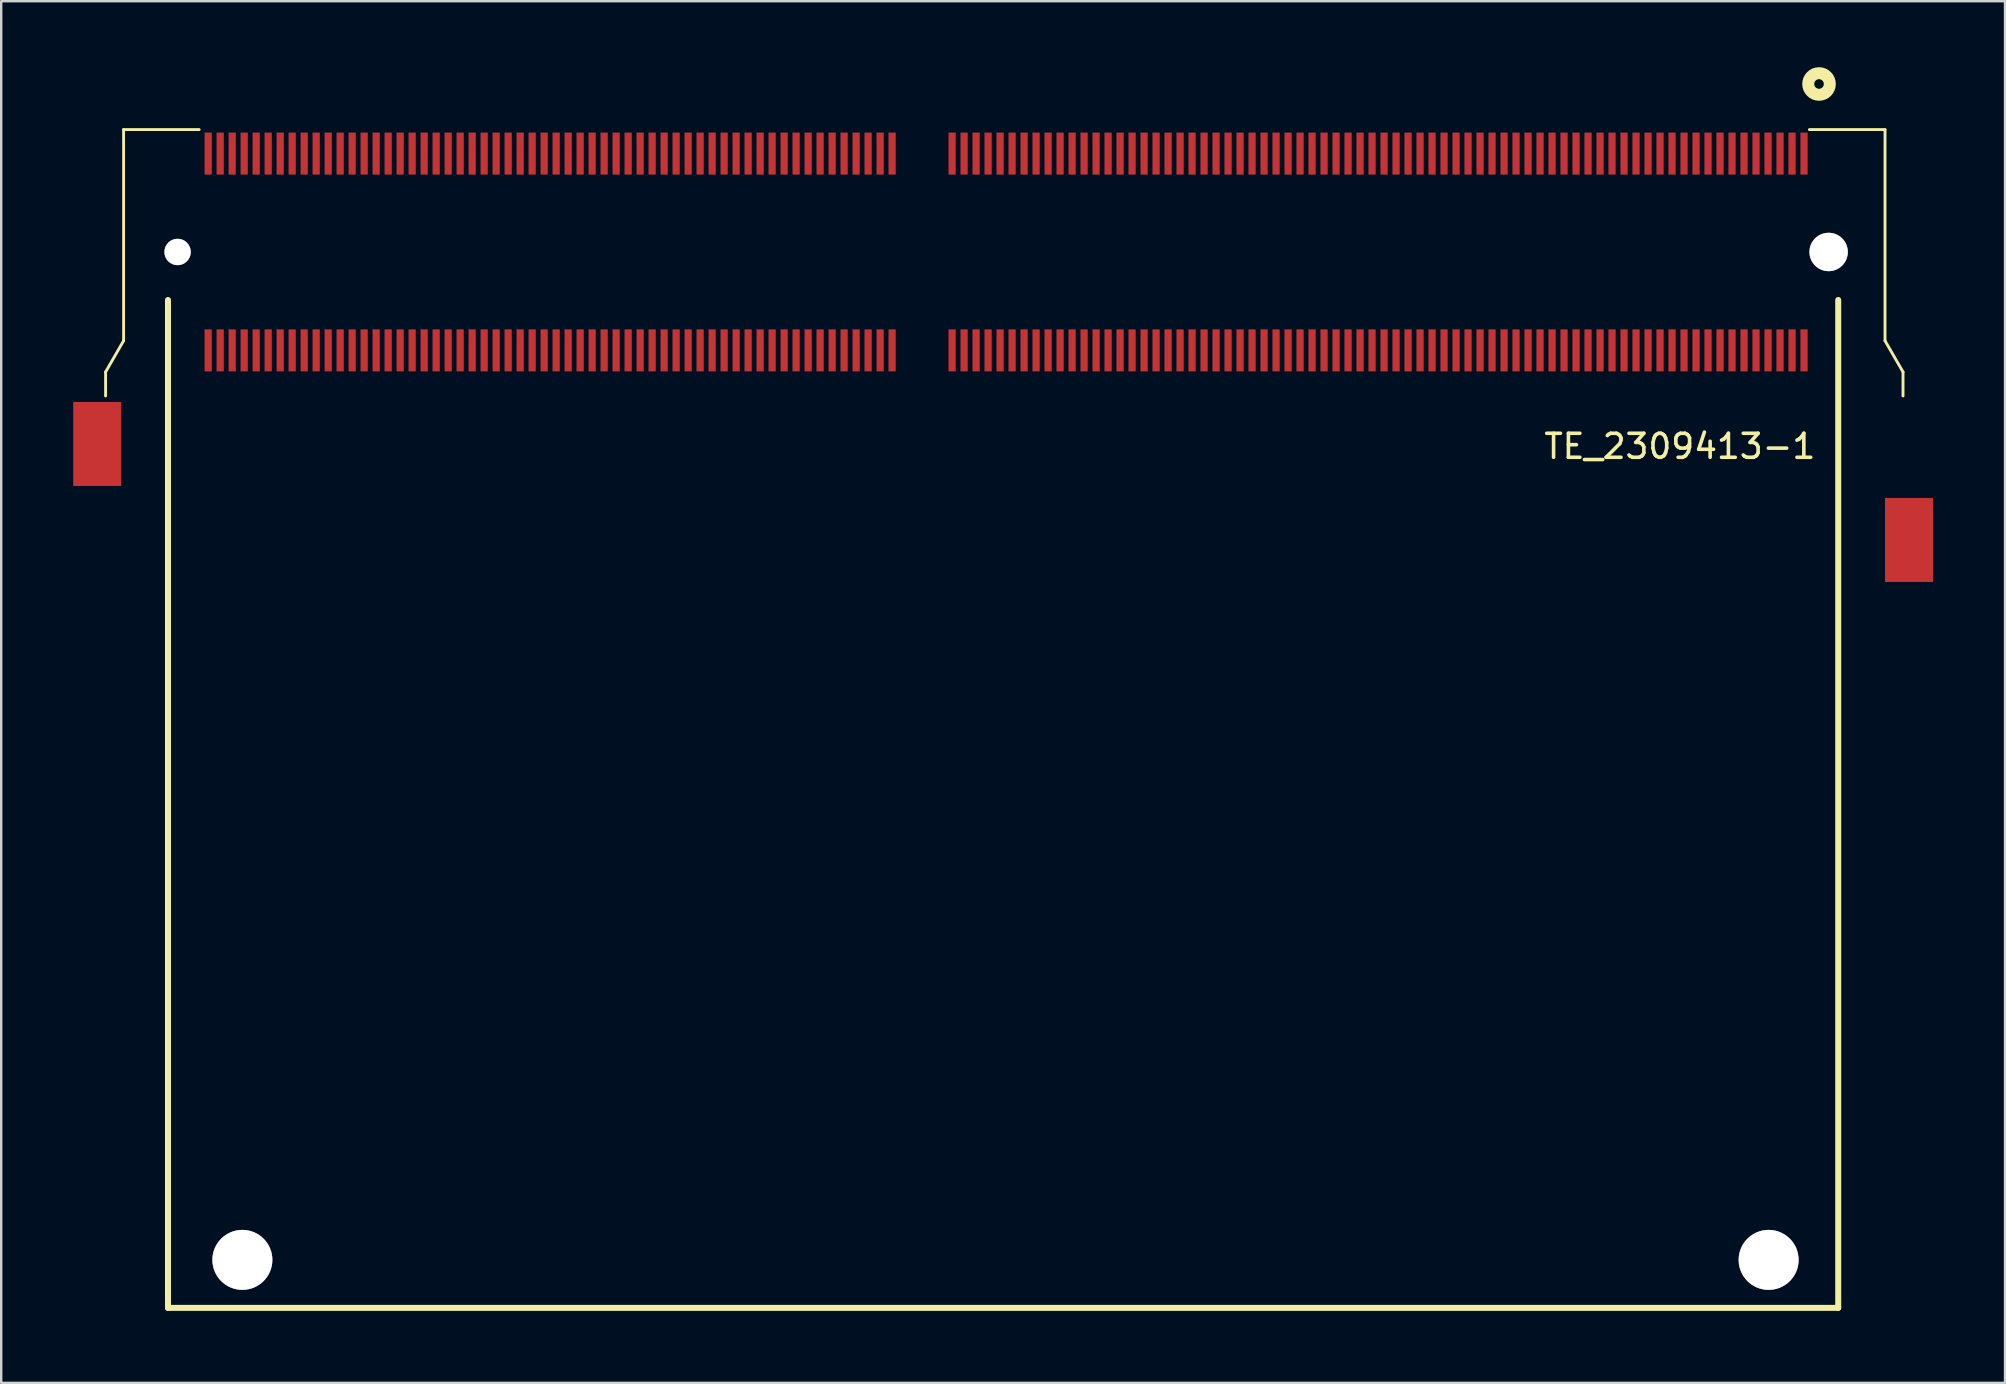
<source format=kicad_pcb>
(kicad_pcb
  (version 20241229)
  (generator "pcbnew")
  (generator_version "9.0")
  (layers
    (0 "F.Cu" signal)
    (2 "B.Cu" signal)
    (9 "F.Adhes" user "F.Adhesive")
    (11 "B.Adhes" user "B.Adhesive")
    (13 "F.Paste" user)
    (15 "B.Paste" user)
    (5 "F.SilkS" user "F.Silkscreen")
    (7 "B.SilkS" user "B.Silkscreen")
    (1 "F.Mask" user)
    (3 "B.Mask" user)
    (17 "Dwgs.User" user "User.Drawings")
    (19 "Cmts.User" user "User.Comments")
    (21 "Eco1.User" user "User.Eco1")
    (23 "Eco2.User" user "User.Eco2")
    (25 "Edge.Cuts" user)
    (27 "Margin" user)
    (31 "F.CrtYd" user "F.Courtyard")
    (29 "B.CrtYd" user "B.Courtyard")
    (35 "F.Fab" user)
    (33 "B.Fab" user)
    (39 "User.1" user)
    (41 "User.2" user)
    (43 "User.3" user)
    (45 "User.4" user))
  (footprint "TE_2309413-1"
    (layer "F.Cu")
    (at 35.25 7.45)
    (property "Reference" "TE_2309413-1" (at 31.7 8.1 0) (unlocked yes) (layer "F.SilkS") (effects (font (size 1 1) (thickness 0.15))))
    (attr through_hole)
    (fp_line (start -33.9 6) (end -33.9 5) (stroke (width 0.12) (type solid)) (layer "F.SilkS"))
    (fp_line (start -33.15 -5.1) (end -33.15 3.7) (stroke (width 0.12) (type solid)) (layer "F.SilkS"))
    (fp_line (start -33.15 3.7) (end -33.9 5) (stroke (width 0.12) (type solid)) (layer "F.SilkS"))
    (fp_line (start -31.3 44) (end -31.3 2) (stroke (width 0.25) (type solid)) (layer "F.SilkS"))
    (fp_line (start -31.3 44) (end 38.3 44) (stroke (width 0.25) (type solid)) (layer "F.SilkS"))
    (fp_line (start -30 -5.1) (end -33.15 -5.1) (stroke (width 0.12) (type solid)) (layer "F.SilkS"))
    (fp_line (start 37.1 -5.1) (end 40.25 -5.1) (stroke (width 0.12) (type solid)) (layer "F.SilkS"))
    (fp_line (start 38.3 44) (end 38.3 2) (stroke (width 0.25) (type solid)) (layer "F.SilkS"))
    (fp_line (start 40.25 -5.1) (end 40.25 3.7) (stroke (width 0.12) (type solid)) (layer "F.SilkS"))
    (fp_line (start 40.25 3.7) (end 41 5) (stroke (width 0.12) (type solid)) (layer "F.SilkS"))
    (fp_line (start 41 6) (end 41 5) (stroke (width 0.12) (type solid)) (layer "F.SilkS"))
    (fp_circle (center 37.5 -7) (end 37.7 -7) (stroke (width 0.5) (type solid)) (fill no) (layer "F.SilkS"))
    (pad "1" smd rect (at 36.875 -4.1) (size 0.3 1.75) (layers "F.Cu" "F.Mask" "F.Paste"))
    (pad "2" smd rect (at 36.875 4.1) (size 0.3 1.75) (layers "F.Cu" "F.Mask" "F.Paste"))
    (pad "3" smd rect (at 36.375 -4.1) (size 0.3 1.75) (layers "F.Cu" "F.Mask" "F.Paste"))
    (pad "4" smd rect (at 36.375 4.1) (size 0.3 1.75) (layers "F.Cu" "F.Mask" "F.Paste"))
    (pad "5" smd rect (at 35.875 -4.1) (size 0.3 1.75) (layers "F.Cu" "F.Mask" "F.Paste"))
    (pad "6" smd rect (at 35.875 4.1) (size 0.3 1.75) (layers "F.Cu" "F.Mask" "F.Paste"))
    (pad "7" smd rect (at 35.375 -4.1) (size 0.3 1.75) (layers "F.Cu" "F.Mask" "F.Paste"))
    (pad "8" smd rect (at 35.375 4.1) (size 0.3 1.75) (layers "F.Cu" "F.Mask" "F.Paste"))
    (pad "9" smd rect (at 34.875 -4.1) (size 0.3 1.75) (layers "F.Cu" "F.Mask" "F.Paste"))
    (pad "10" smd rect (at 34.875 4.1) (size 0.3 1.75) (layers "F.Cu" "F.Mask" "F.Paste"))
    (pad "11" smd rect (at 34.375 -4.1) (size 0.3 1.75) (layers "F.Cu" "F.Mask" "F.Paste"))
    (pad "12" smd rect (at 34.375 4.1) (size 0.3 1.75) (layers "F.Cu" "F.Mask" "F.Paste"))
    (pad "13" smd rect (at 33.875 -4.1) (size 0.3 1.75) (layers "F.Cu" "F.Mask" "F.Paste"))
    (pad "14" smd rect (at 33.875 4.1) (size 0.3 1.75) (layers "F.Cu" "F.Mask" "F.Paste"))
    (pad "15" smd rect (at 33.375 -4.1) (size 0.3 1.75) (layers "F.Cu" "F.Mask" "F.Paste"))
    (pad "16" smd rect (at 33.375 4.1) (size 0.3 1.75) (layers "F.Cu" "F.Mask" "F.Paste"))
    (pad "17" smd rect (at 32.875 -4.1) (size 0.3 1.75) (layers "F.Cu" "F.Mask" "F.Paste"))
    (pad "18" smd rect (at 32.875 4.1) (size 0.3 1.75) (layers "F.Cu" "F.Mask" "F.Paste"))
    (pad "19" smd rect (at 32.375 -4.1) (size 0.3 1.75) (layers "F.Cu" "F.Mask" "F.Paste"))
    (pad "20" smd rect (at 32.375 4.1) (size 0.3 1.75) (layers "F.Cu" "F.Mask" "F.Paste"))
    (pad "21" smd rect (at 31.875 -4.1) (size 0.3 1.75) (layers "F.Cu" "F.Mask" "F.Paste"))
    (pad "22" smd rect (at 31.875 4.1) (size 0.3 1.75) (layers "F.Cu" "F.Mask" "F.Paste"))
    (pad "23" smd rect (at 31.375 -4.1) (size 0.3 1.75) (layers "F.Cu" "F.Mask" "F.Paste"))
    (pad "24" smd rect (at 31.375 4.1) (size 0.3 1.75) (layers "F.Cu" "F.Mask" "F.Paste"))
    (pad "25" smd rect (at 30.875 -4.1) (size 0.3 1.75) (layers "F.Cu" "F.Mask" "F.Paste"))
    (pad "26" smd rect (at 30.875 4.1) (size 0.3 1.75) (layers "F.Cu" "F.Mask" "F.Paste"))
    (pad "27" smd rect (at 30.375 -4.1) (size 0.3 1.75) (layers "F.Cu" "F.Mask" "F.Paste"))
    (pad "28" smd rect (at 30.375 4.1) (size 0.3 1.75) (layers "F.Cu" "F.Mask" "F.Paste"))
    (pad "29" smd rect (at 29.875 -4.1) (size 0.3 1.75) (layers "F.Cu" "F.Mask" "F.Paste"))
    (pad "30" smd rect (at 29.875 4.1) (size 0.3 1.75) (layers "F.Cu" "F.Mask" "F.Paste"))
    (pad "31" smd rect (at 29.375 -4.1) (size 0.3 1.75) (layers "F.Cu" "F.Mask" "F.Paste"))
    (pad "32" smd rect (at 29.375 4.1) (size 0.3 1.75) (layers "F.Cu" "F.Mask" "F.Paste"))
    (pad "33" smd rect (at 28.875 -4.1) (size 0.3 1.75) (layers "F.Cu" "F.Mask" "F.Paste"))
    (pad "34" smd rect (at 28.875 4.1) (size 0.3 1.75) (layers "F.Cu" "F.Mask" "F.Paste"))
    (pad "35" smd rect (at 28.375 -4.1) (size 0.3 1.75) (layers "F.Cu" "F.Mask" "F.Paste"))
    (pad "36" smd rect (at 28.375 4.1) (size 0.3 1.75) (layers "F.Cu" "F.Mask" "F.Paste"))
    (pad "37" smd rect (at 27.875 -4.1) (size 0.3 1.75) (layers "F.Cu" "F.Mask" "F.Paste"))
    (pad "38" smd rect (at 27.875 4.1) (size 0.3 1.75) (layers "F.Cu" "F.Mask" "F.Paste"))
    (pad "39" smd rect (at 27.375 -4.1) (size 0.3 1.75) (layers "F.Cu" "F.Mask" "F.Paste"))
    (pad "40" smd rect (at 27.375 4.1) (size 0.3 1.75) (layers "F.Cu" "F.Mask" "F.Paste"))
    (pad "41" smd rect (at 26.875 -4.1) (size 0.3 1.75) (layers "F.Cu" "F.Mask" "F.Paste"))
    (pad "42" smd rect (at 26.875 4.1) (size 0.3 1.75) (layers "F.Cu" "F.Mask" "F.Paste"))
    (pad "43" smd rect (at 26.375 -4.1) (size 0.3 1.75) (layers "F.Cu" "F.Mask" "F.Paste"))
    (pad "44" smd rect (at 26.375 4.1) (size 0.3 1.75) (layers "F.Cu" "F.Mask" "F.Paste"))
    (pad "45" smd rect (at 25.875 -4.1) (size 0.3 1.75) (layers "F.Cu" "F.Mask" "F.Paste"))
    (pad "46" smd rect (at 25.875 4.1) (size 0.3 1.75) (layers "F.Cu" "F.Mask" "F.Paste"))
    (pad "47" smd rect (at 25.375 -4.1) (size 0.3 1.75) (layers "F.Cu" "F.Mask" "F.Paste"))
    (pad "48" smd rect (at 25.375 4.1) (size 0.3 1.75) (layers "F.Cu" "F.Mask" "F.Paste"))
    (pad "49" smd rect (at 24.875 -4.1) (size 0.3 1.75) (layers "F.Cu" "F.Mask" "F.Paste"))
    (pad "50" smd rect (at 24.875 4.1) (size 0.3 1.75) (layers "F.Cu" "F.Mask" "F.Paste"))
    (pad "51" smd rect (at 24.375 -4.1) (size 0.3 1.75) (layers "F.Cu" "F.Mask" "F.Paste"))
    (pad "52" smd rect (at 24.375 4.1) (size 0.3 1.75) (layers "F.Cu" "F.Mask" "F.Paste"))
    (pad "53" smd rect (at 23.875 -4.1) (size 0.3 1.75) (layers "F.Cu" "F.Mask" "F.Paste"))
    (pad "54" smd rect (at 23.875 4.1) (size 0.3 1.75) (layers "F.Cu" "F.Mask" "F.Paste"))
    (pad "55" smd rect (at 23.375 -4.1) (size 0.3 1.75) (layers "F.Cu" "F.Mask" "F.Paste"))
    (pad "56" smd rect (at 23.375 4.1) (size 0.3 1.75) (layers "F.Cu" "F.Mask" "F.Paste"))
    (pad "57" smd rect (at 22.875 -4.1) (size 0.3 1.75) (layers "F.Cu" "F.Mask" "F.Paste"))
    (pad "58" smd rect (at 22.875 4.1) (size 0.3 1.75) (layers "F.Cu" "F.Mask" "F.Paste"))
    (pad "59" smd rect (at 22.375 -4.1) (size 0.3 1.75) (layers "F.Cu" "F.Mask" "F.Paste"))
    (pad "60" smd rect (at 22.375 4.1) (size 0.3 1.75) (layers "F.Cu" "F.Mask" "F.Paste"))
    (pad "61" smd rect (at 21.875 -4.1) (size 0.3 1.75) (layers "F.Cu" "F.Mask" "F.Paste"))
    (pad "62" smd rect (at 21.875 4.1) (size 0.3 1.75) (layers "F.Cu" "F.Mask" "F.Paste"))
    (pad "63" smd rect (at 21.375 -4.1) (size 0.3 1.75) (layers "F.Cu" "F.Mask" "F.Paste"))
    (pad "64" smd rect (at 21.375 4.1) (size 0.3 1.75) (layers "F.Cu" "F.Mask" "F.Paste"))
    (pad "65" smd rect (at 20.875 -4.1) (size 0.3 1.75) (layers "F.Cu" "F.Mask" "F.Paste"))
    (pad "66" smd rect (at 20.875 4.1) (size 0.3 1.75) (layers "F.Cu" "F.Mask" "F.Paste"))
    (pad "67" smd rect (at 20.375 -4.1) (size 0.3 1.75) (layers "F.Cu" "F.Mask" "F.Paste"))
    (pad "68" smd rect (at 20.375 4.1) (size 0.3 1.75) (layers "F.Cu" "F.Mask" "F.Paste"))
    (pad "69" smd rect (at 19.875 -4.1) (size 0.3 1.75) (layers "F.Cu" "F.Mask" "F.Paste"))
    (pad "70" smd rect (at 19.875 4.1) (size 0.3 1.75) (layers "F.Cu" "F.Mask" "F.Paste"))
    (pad "71" smd rect (at 19.375 -4.1) (size 0.3 1.75) (layers "F.Cu" "F.Mask" "F.Paste"))
    (pad "72" smd rect (at 19.375 4.1) (size 0.3 1.75) (layers "F.Cu" "F.Mask" "F.Paste"))
    (pad "73" smd rect (at 18.875 -4.1) (size 0.3 1.75) (layers "F.Cu" "F.Mask" "F.Paste"))
    (pad "74" smd rect (at 18.875 4.1) (size 0.3 1.75) (layers "F.Cu" "F.Mask" "F.Paste"))
    (pad "75" smd rect (at 18.375 -4.1) (size 0.3 1.75) (layers "F.Cu" "F.Mask" "F.Paste"))
    (pad "76" smd rect (at 18.375 4.1) (size 0.3 1.75) (layers "F.Cu" "F.Mask" "F.Paste"))
    (pad "77" smd rect (at 17.875 -4.1) (size 0.3 1.75) (layers "F.Cu" "F.Mask" "F.Paste"))
    (pad "78" smd rect (at 17.875 4.1) (size 0.3 1.75) (layers "F.Cu" "F.Mask" "F.Paste"))
    (pad "79" smd rect (at 17.375 -4.1) (size 0.3 1.75) (layers "F.Cu" "F.Mask" "F.Paste"))
    (pad "80" smd rect (at 17.375 4.1) (size 0.3 1.75) (layers "F.Cu" "F.Mask" "F.Paste"))
    (pad "81" smd rect (at 16.875 -4.1) (size 0.3 1.75) (layers "F.Cu" "F.Mask" "F.Paste"))
    (pad "82" smd rect (at 16.875 4.1) (size 0.3 1.75) (layers "F.Cu" "F.Mask" "F.Paste"))
    (pad "83" smd rect (at 16.375 -4.1) (size 0.3 1.75) (layers "F.Cu" "F.Mask" "F.Paste"))
    (pad "84" smd rect (at 16.375 4.1) (size 0.3 1.75) (layers "F.Cu" "F.Mask" "F.Paste"))
    (pad "85" smd rect (at 15.875 -4.1) (size 0.3 1.75) (layers "F.Cu" "F.Mask" "F.Paste"))
    (pad "86" smd rect (at 15.875 4.1) (size 0.3 1.75) (layers "F.Cu" "F.Mask" "F.Paste"))
    (pad "87" smd rect (at 15.375 -4.1) (size 0.3 1.75) (layers "F.Cu" "F.Mask" "F.Paste"))
    (pad "88" smd rect (at 15.375 4.1) (size 0.3 1.75) (layers "F.Cu" "F.Mask" "F.Paste"))
    (pad "89" smd rect (at 14.875 -4.1) (size 0.3 1.75) (layers "F.Cu" "F.Mask" "F.Paste"))
    (pad "90" smd rect (at 14.875 4.1) (size 0.3 1.75) (layers "F.Cu" "F.Mask" "F.Paste"))
    (pad "91" smd rect (at 14.375 -4.1) (size 0.3 1.75) (layers "F.Cu" "F.Mask" "F.Paste"))
    (pad "92" smd rect (at 14.375 4.1) (size 0.3 1.75) (layers "F.Cu" "F.Mask" "F.Paste"))
    (pad "93" smd rect (at 13.875 -4.1) (size 0.3 1.75) (layers "F.Cu" "F.Mask" "F.Paste"))
    (pad "94" smd rect (at 13.875 4.1) (size 0.3 1.75) (layers "F.Cu" "F.Mask" "F.Paste"))
    (pad "95" smd rect (at 13.375 -4.1) (size 0.3 1.75) (layers "F.Cu" "F.Mask" "F.Paste"))
    (pad "96" smd rect (at 13.375 4.1) (size 0.3 1.75) (layers "F.Cu" "F.Mask" "F.Paste"))
    (pad "97" smd rect (at 12.875 -4.1) (size 0.3 1.75) (layers "F.Cu" "F.Mask" "F.Paste"))
    (pad "98" smd rect (at 12.875 4.1) (size 0.3 1.75) (layers "F.Cu" "F.Mask" "F.Paste"))
    (pad "99" smd rect (at 12.375 -4.1) (size 0.3 1.75) (layers "F.Cu" "F.Mask" "F.Paste"))
    (pad "100" smd rect (at 12.375 4.1) (size 0.3 1.75) (layers "F.Cu" "F.Mask" "F.Paste"))
    (pad "101" smd rect (at 11.875 -4.1) (size 0.3 1.75) (layers "F.Cu" "F.Mask" "F.Paste"))
    (pad "102" smd rect (at 11.875 4.1) (size 0.3 1.75) (layers "F.Cu" "F.Mask" "F.Paste"))
    (pad "103" smd rect (at 11.375 -4.1) (size 0.3 1.75) (layers "F.Cu" "F.Mask" "F.Paste"))
    (pad "104" smd rect (at 11.375 4.1) (size 0.3 1.75) (layers "F.Cu" "F.Mask" "F.Paste"))
    (pad "105" smd rect (at 10.875 -4.1) (size 0.3 1.75) (layers "F.Cu" "F.Mask" "F.Paste"))
    (pad "106" smd rect (at 10.875 4.1) (size 0.3 1.75) (layers "F.Cu" "F.Mask" "F.Paste"))
    (pad "107" smd rect (at 10.375 -4.1) (size 0.3 1.75) (layers "F.Cu" "F.Mask" "F.Paste"))
    (pad "108" smd rect (at 10.375 4.1) (size 0.3 1.75) (layers "F.Cu" "F.Mask" "F.Paste"))
    (pad "109" smd rect (at 9.875 -4.1) (size 0.3 1.75) (layers "F.Cu" "F.Mask" "F.Paste"))
    (pad "110" smd rect (at 9.875 4.1) (size 0.3 1.75) (layers "F.Cu" "F.Mask" "F.Paste"))
    (pad "111" smd rect (at 9.375 -4.1) (size 0.3 1.75) (layers "F.Cu" "F.Mask" "F.Paste"))
    (pad "112" smd rect (at 9.375 4.1) (size 0.3 1.75) (layers "F.Cu" "F.Mask" "F.Paste"))
    (pad "113" smd rect (at 8.875 -4.1) (size 0.3 1.75) (layers "F.Cu" "F.Mask" "F.Paste"))
    (pad "114" smd rect (at 8.875 4.1) (size 0.3 1.75) (layers "F.Cu" "F.Mask" "F.Paste"))
    (pad "115" smd rect (at 8.375 -4.1) (size 0.3 1.75) (layers "F.Cu" "F.Mask" "F.Paste"))
    (pad "116" smd rect (at 8.375 4.1) (size 0.3 1.75) (layers "F.Cu" "F.Mask" "F.Paste"))
    (pad "117" smd rect (at 7.875 -4.1) (size 0.3 1.75) (layers "F.Cu" "F.Mask" "F.Paste"))
    (pad "118" smd rect (at 7.875 4.1) (size 0.3 1.75) (layers "F.Cu" "F.Mask" "F.Paste"))
    (pad "119" smd rect (at 7.375 -4.1) (size 0.3 1.75) (layers "F.Cu" "F.Mask" "F.Paste"))
    (pad "120" smd rect (at 7.375 4.1) (size 0.3 1.75) (layers "F.Cu" "F.Mask" "F.Paste"))
    (pad "121" smd rect (at 6.875 -4.1) (size 0.3 1.75) (layers "F.Cu" "F.Mask" "F.Paste"))
    (pad "122" smd rect (at 6.875 4.1) (size 0.3 1.75) (layers "F.Cu" "F.Mask" "F.Paste"))
    (pad "123" smd rect (at 6.375 -4.1) (size 0.3 1.75) (layers "F.Cu" "F.Mask" "F.Paste"))
    (pad "124" smd rect (at 6.375 4.1) (size 0.3 1.75) (layers "F.Cu" "F.Mask" "F.Paste"))
    (pad "125" smd rect (at 5.875 -4.1) (size 0.3 1.75) (layers "F.Cu" "F.Mask" "F.Paste"))
    (pad "126" smd rect (at 5.875 4.1) (size 0.3 1.75) (layers "F.Cu" "F.Mask" "F.Paste"))
    (pad "127" smd rect (at 5.375 -4.1) (size 0.3 1.75) (layers "F.Cu" "F.Mask" "F.Paste"))
    (pad "128" smd rect (at 5.375 4.1) (size 0.3 1.75) (layers "F.Cu" "F.Mask" "F.Paste"))
    (pad "129" smd rect (at 4.875 -4.1) (size 0.3 1.75) (layers "F.Cu" "F.Mask" "F.Paste"))
    (pad "130" smd rect (at 4.875 4.1) (size 0.3 1.75) (layers "F.Cu" "F.Mask" "F.Paste"))
    (pad "131" smd rect (at 4.375 -4.1) (size 0.3 1.75) (layers "F.Cu" "F.Mask" "F.Paste"))
    (pad "132" smd rect (at 4.375 4.1) (size 0.3 1.75) (layers "F.Cu" "F.Mask" "F.Paste"))
    (pad "133" smd rect (at 3.875 -4.1) (size 0.3 1.75) (layers "F.Cu" "F.Mask" "F.Paste"))
    (pad "134" smd rect (at 3.875 4.1) (size 0.3 1.75) (layers "F.Cu" "F.Mask" "F.Paste"))
    (pad "135" smd rect (at 3.375 -4.1) (size 0.3 1.75) (layers "F.Cu" "F.Mask" "F.Paste"))
    (pad "136" smd rect (at 3.375 4.1) (size 0.3 1.75) (layers "F.Cu" "F.Mask" "F.Paste"))
    (pad "137" smd rect (at 2.875 -4.1) (size 0.3 1.75) (layers "F.Cu" "F.Mask" "F.Paste"))
    (pad "138" smd rect (at 2.875 4.1) (size 0.3 1.75) (layers "F.Cu" "F.Mask" "F.Paste"))
    (pad "139" smd rect (at 2.375 -4.1) (size 0.3 1.75) (layers "F.Cu" "F.Mask" "F.Paste"))
    (pad "140" smd rect (at 2.375 4.1) (size 0.3 1.75) (layers "F.Cu" "F.Mask" "F.Paste"))
    (pad "141" smd rect (at 1.875 -4.1) (size 0.3 1.75) (layers "F.Cu" "F.Mask" "F.Paste"))
    (pad "142" smd rect (at 1.875 4.1) (size 0.3 1.75) (layers "F.Cu" "F.Mask" "F.Paste"))
    (pad "143" smd rect (at 1.375 -4.1) (size 0.3 1.75) (layers "F.Cu" "F.Mask" "F.Paste"))
    (pad "144" smd rect (at 1.375 4.1) (size 0.3 1.75) (layers "F.Cu" "F.Mask" "F.Paste"))
    (pad "145" smd rect (at -1.125 -4.1) (size 0.3 1.75) (layers "F.Cu" "F.Mask" "F.Paste"))
    (pad "146" smd rect (at -1.125 4.1) (size 0.3 1.75) (layers "F.Cu" "F.Mask" "F.Paste"))
    (pad "147" smd rect (at -1.625 -4.1) (size 0.3 1.75) (layers "F.Cu" "F.Mask" "F.Paste"))
    (pad "148" smd rect (at -1.625 4.1) (size 0.3 1.75) (layers "F.Cu" "F.Mask" "F.Paste"))
    (pad "149" smd rect (at -2.125 -4.1) (size 0.3 1.75) (layers "F.Cu" "F.Mask" "F.Paste"))
    (pad "150" smd rect (at -2.125 4.1) (size 0.3 1.75) (layers "F.Cu" "F.Mask" "F.Paste"))
    (pad "151" smd rect (at -2.625 -4.1) (size 0.3 1.75) (layers "F.Cu" "F.Mask" "F.Paste"))
    (pad "152" smd rect (at -2.625 4.1) (size 0.3 1.75) (layers "F.Cu" "F.Mask" "F.Paste"))
    (pad "153" smd rect (at -3.125 -4.1) (size 0.3 1.75) (layers "F.Cu" "F.Mask" "F.Paste"))
    (pad "154" smd rect (at -3.125 4.1) (size 0.3 1.75) (layers "F.Cu" "F.Mask" "F.Paste"))
    (pad "155" smd rect (at -3.625 -4.1) (size 0.3 1.75) (layers "F.Cu" "F.Mask" "F.Paste"))
    (pad "156" smd rect (at -3.625 4.1) (size 0.3 1.75) (layers "F.Cu" "F.Mask" "F.Paste"))
    (pad "157" smd rect (at -4.125 -4.1) (size 0.3 1.75) (layers "F.Cu" "F.Mask" "F.Paste"))
    (pad "158" smd rect (at -4.125 4.1) (size 0.3 1.75) (layers "F.Cu" "F.Mask" "F.Paste"))
    (pad "159" smd rect (at -4.625 -4.1) (size 0.3 1.75) (layers "F.Cu" "F.Mask" "F.Paste"))
    (pad "160" smd rect (at -4.625 4.1) (size 0.3 1.75) (layers "F.Cu" "F.Mask" "F.Paste"))
    (pad "161" smd rect (at -5.125 -4.1) (size 0.3 1.75) (layers "F.Cu" "F.Mask" "F.Paste"))
    (pad "162" smd rect (at -5.125 4.1) (size 0.3 1.75) (layers "F.Cu" "F.Mask" "F.Paste"))
    (pad "163" smd rect (at -5.625 -4.1) (size 0.3 1.75) (layers "F.Cu" "F.Mask" "F.Paste"))
    (pad "164" smd rect (at -5.625 4.1) (size 0.3 1.75) (layers "F.Cu" "F.Mask" "F.Paste"))
    (pad "165" smd rect (at -6.125 -4.1) (size 0.3 1.75) (layers "F.Cu" "F.Mask" "F.Paste"))
    (pad "166" smd rect (at -6.125 4.1) (size 0.3 1.75) (layers "F.Cu" "F.Mask" "F.Paste"))
    (pad "167" smd rect (at -6.625 -4.1) (size 0.3 1.75) (layers "F.Cu" "F.Mask" "F.Paste"))
    (pad "168" smd rect (at -6.625 4.1) (size 0.3 1.75) (layers "F.Cu" "F.Mask" "F.Paste"))
    (pad "169" smd rect (at -7.125 -4.1) (size 0.3 1.75) (layers "F.Cu" "F.Mask" "F.Paste"))
    (pad "170" smd rect (at -7.125 4.1) (size 0.3 1.75) (layers "F.Cu" "F.Mask" "F.Paste"))
    (pad "171" smd rect (at -7.625 -4.1) (size 0.3 1.75) (layers "F.Cu" "F.Mask" "F.Paste"))
    (pad "172" smd rect (at -7.625 4.1) (size 0.3 1.75) (layers "F.Cu" "F.Mask" "F.Paste"))
    (pad "173" smd rect (at -8.125 -4.1) (size 0.3 1.75) (layers "F.Cu" "F.Mask" "F.Paste"))
    (pad "174" smd rect (at -8.125 4.1) (size 0.3 1.75) (layers "F.Cu" "F.Mask" "F.Paste"))
    (pad "175" smd rect (at -8.625 -4.1) (size 0.3 1.75) (layers "F.Cu" "F.Mask" "F.Paste"))
    (pad "176" smd rect (at -8.625 4.1) (size 0.3 1.75) (layers "F.Cu" "F.Mask" "F.Paste"))
    (pad "177" smd rect (at -9.125 -4.1) (size 0.3 1.75) (layers "F.Cu" "F.Mask" "F.Paste"))
    (pad "178" smd rect (at -9.125 4.1) (size 0.3 1.75) (layers "F.Cu" "F.Mask" "F.Paste"))
    (pad "179" smd rect (at -9.625 -4.1) (size 0.3 1.75) (layers "F.Cu" "F.Mask" "F.Paste"))
    (pad "180" smd rect (at -9.625 4.1) (size 0.3 1.75) (layers "F.Cu" "F.Mask" "F.Paste"))
    (pad "181" smd rect (at -10.125 -4.1) (size 0.3 1.75) (layers "F.Cu" "F.Mask" "F.Paste"))
    (pad "182" smd rect (at -10.125 4.1) (size 0.3 1.75) (layers "F.Cu" "F.Mask" "F.Paste"))
    (pad "183" smd rect (at -10.625 -4.1) (size 0.3 1.75) (layers "F.Cu" "F.Mask" "F.Paste"))
    (pad "184" smd rect (at -10.625 4.1) (size 0.3 1.75) (layers "F.Cu" "F.Mask" "F.Paste"))
    (pad "185" smd rect (at -11.125 -4.1) (size 0.3 1.75) (layers "F.Cu" "F.Mask" "F.Paste"))
    (pad "186" smd rect (at -11.125 4.1) (size 0.3 1.75) (layers "F.Cu" "F.Mask" "F.Paste"))
    (pad "187" smd rect (at -11.625 -4.1) (size 0.3 1.75) (layers "F.Cu" "F.Mask" "F.Paste"))
    (pad "188" smd rect (at -11.625 4.1) (size 0.3 1.75) (layers "F.Cu" "F.Mask" "F.Paste"))
    (pad "189" smd rect (at -12.125 -4.1) (size 0.3 1.75) (layers "F.Cu" "F.Mask" "F.Paste"))
    (pad "190" smd rect (at -12.125 4.1) (size 0.3 1.75) (layers "F.Cu" "F.Mask" "F.Paste"))
    (pad "191" smd rect (at -12.625 -4.1) (size 0.3 1.75) (layers "F.Cu" "F.Mask" "F.Paste"))
    (pad "192" smd rect (at -12.625 4.1) (size 0.3 1.75) (layers "F.Cu" "F.Mask" "F.Paste"))
    (pad "193" smd rect (at -13.125 -4.1) (size 0.3 1.75) (layers "F.Cu" "F.Mask" "F.Paste"))
    (pad "194" smd rect (at -13.125 4.1) (size 0.3 1.75) (layers "F.Cu" "F.Mask" "F.Paste"))
    (pad "195" smd rect (at -13.625 -4.1) (size 0.3 1.75) (layers "F.Cu" "F.Mask" "F.Paste"))
    (pad "196" smd rect (at -13.625 4.1) (size 0.3 1.75) (layers "F.Cu" "F.Mask" "F.Paste"))
    (pad "197" smd rect (at -14.125 -4.1) (size 0.3 1.75) (layers "F.Cu" "F.Mask" "F.Paste"))
    (pad "198" smd rect (at -14.125 4.1) (size 0.3 1.75) (layers "F.Cu" "F.Mask" "F.Paste"))
    (pad "199" smd rect (at -14.625 -4.1) (size 0.3 1.75) (layers "F.Cu" "F.Mask" "F.Paste"))
    (pad "200" smd rect (at -14.625 4.1) (size 0.3 1.75) (layers "F.Cu" "F.Mask" "F.Paste"))
    (pad "201" smd rect (at -15.125 -4.1) (size 0.3 1.75) (layers "F.Cu" "F.Mask" "F.Paste"))
    (pad "202" smd rect (at -15.125 4.1) (size 0.3 1.75) (layers "F.Cu" "F.Mask" "F.Paste"))
    (pad "203" smd rect (at -15.625 -4.1) (size 0.3 1.75) (layers "F.Cu" "F.Mask" "F.Paste"))
    (pad "204" smd rect (at -15.625 4.1) (size 0.3 1.75) (layers "F.Cu" "F.Mask" "F.Paste"))
    (pad "205" smd rect (at -16.125 -4.1) (size 0.3 1.75) (layers "F.Cu" "F.Mask" "F.Paste"))
    (pad "206" smd rect (at -16.125 4.1) (size 0.3 1.75) (layers "F.Cu" "F.Mask" "F.Paste"))
    (pad "207" smd rect (at -16.625 -4.1) (size 0.3 1.75) (layers "F.Cu" "F.Mask" "F.Paste"))
    (pad "208" smd rect (at -16.625 4.1) (size 0.3 1.75) (layers "F.Cu" "F.Mask" "F.Paste"))
    (pad "209" smd rect (at -17.125 -4.1) (size 0.3 1.75) (layers "F.Cu" "F.Mask" "F.Paste"))
    (pad "210" smd rect (at -17.125 4.1) (size 0.3 1.75) (layers "F.Cu" "F.Mask" "F.Paste"))
    (pad "211" smd rect (at -17.625 -4.1) (size 0.3 1.75) (layers "F.Cu" "F.Mask" "F.Paste"))
    (pad "212" smd rect (at -17.625 4.1) (size 0.3 1.75) (layers "F.Cu" "F.Mask" "F.Paste"))
    (pad "213" smd rect (at -18.125 -4.1) (size 0.3 1.75) (layers "F.Cu" "F.Mask" "F.Paste"))
    (pad "214" smd rect (at -18.125 4.1) (size 0.3 1.75) (layers "F.Cu" "F.Mask" "F.Paste"))
    (pad "215" smd rect (at -18.625 -4.1) (size 0.3 1.75) (layers "F.Cu" "F.Mask" "F.Paste"))
    (pad "216" smd rect (at -18.625 4.1) (size 0.3 1.75) (layers "F.Cu" "F.Mask" "F.Paste"))
    (pad "217" smd rect (at -19.125 -4.1) (size 0.3 1.75) (layers "F.Cu" "F.Mask" "F.Paste"))
    (pad "218" smd rect (at -19.125 4.1) (size 0.3 1.75) (layers "F.Cu" "F.Mask" "F.Paste"))
    (pad "219" smd rect (at -19.625 -4.1) (size 0.3 1.75) (layers "F.Cu" "F.Mask" "F.Paste"))
    (pad "220" smd rect (at -19.625 4.1) (size 0.3 1.75) (layers "F.Cu" "F.Mask" "F.Paste"))
    (pad "221" smd rect (at -20.125 -4.1) (size 0.3 1.75) (layers "F.Cu" "F.Mask" "F.Paste"))
    (pad "222" smd rect (at -20.125 4.1) (size 0.3 1.75) (layers "F.Cu" "F.Mask" "F.Paste"))
    (pad "223" smd rect (at -20.625 -4.1) (size 0.3 1.75) (layers "F.Cu" "F.Mask" "F.Paste"))
    (pad "224" smd rect (at -20.625 4.1) (size 0.3 1.75) (layers "F.Cu" "F.Mask" "F.Paste"))
    (pad "225" smd rect (at -21.125 -4.1) (size 0.3 1.75) (layers "F.Cu" "F.Mask" "F.Paste"))
    (pad "226" smd rect (at -21.125 4.1) (size 0.3 1.75) (layers "F.Cu" "F.Mask" "F.Paste"))
    (pad "227" smd rect (at -21.625 -4.1) (size 0.3 1.75) (layers "F.Cu" "F.Mask" "F.Paste"))
    (pad "228" smd rect (at -21.625 4.1) (size 0.3 1.75) (layers "F.Cu" "F.Mask" "F.Paste"))
    (pad "229" smd rect (at -22.125 -4.1) (size 0.3 1.75) (layers "F.Cu" "F.Mask" "F.Paste"))
    (pad "230" smd rect (at -22.125 4.1) (size 0.3 1.75) (layers "F.Cu" "F.Mask" "F.Paste"))
    (pad "231" smd rect (at -22.625 -4.1) (size 0.3 1.75) (layers "F.Cu" "F.Mask" "F.Paste"))
    (pad "232" smd rect (at -22.625 4.1) (size 0.3 1.75) (layers "F.Cu" "F.Mask" "F.Paste"))
    (pad "233" smd rect (at -23.125 -4.1) (size 0.3 1.75) (layers "F.Cu" "F.Mask" "F.Paste"))
    (pad "234" smd rect (at -23.125 4.1) (size 0.3 1.75) (layers "F.Cu" "F.Mask" "F.Paste"))
    (pad "235" smd rect (at -23.625 -4.1) (size 0.3 1.75) (layers "F.Cu" "F.Mask" "F.Paste"))
    (pad "236" smd rect (at -23.625 4.1) (size 0.3 1.75) (layers "F.Cu" "F.Mask" "F.Paste"))
    (pad "237" smd rect (at -24.125 -4.1) (size 0.3 1.75) (layers "F.Cu" "F.Mask" "F.Paste"))
    (pad "238" smd rect (at -24.125 4.1) (size 0.3 1.75) (layers "F.Cu" "F.Mask" "F.Paste"))
    (pad "239" smd rect (at -24.625 -4.1) (size 0.3 1.75) (layers "F.Cu" "F.Mask" "F.Paste"))
    (pad "240" smd rect (at -24.625 4.1) (size 0.3 1.75) (layers "F.Cu" "F.Mask" "F.Paste"))
    (pad "241" smd rect (at -25.125 -4.1) (size 0.3 1.75) (layers "F.Cu" "F.Mask" "F.Paste"))
    (pad "242" smd rect (at -25.125 4.1) (size 0.3 1.75) (layers "F.Cu" "F.Mask" "F.Paste"))
    (pad "243" smd rect (at -25.625 -4.1) (size 0.3 1.75) (layers "F.Cu" "F.Mask" "F.Paste"))
    (pad "244" smd rect (at -25.625 4.1) (size 0.3 1.75) (layers "F.Cu" "F.Mask" "F.Paste"))
    (pad "245" smd rect (at -26.125 -4.1) (size 0.3 1.75) (layers "F.Cu" "F.Mask" "F.Paste"))
    (pad "246" smd rect (at -26.125 4.1) (size 0.3 1.75) (layers "F.Cu" "F.Mask" "F.Paste"))
    (pad "247" smd rect (at -26.625 -4.1) (size 0.3 1.75) (layers "F.Cu" "F.Mask" "F.Paste"))
    (pad "248" smd rect (at -26.625 4.1) (size 0.3 1.75) (layers "F.Cu" "F.Mask" "F.Paste"))
    (pad "249" smd rect (at -27.125 -4.1) (size 0.3 1.75) (layers "F.Cu" "F.Mask" "F.Paste"))
    (pad "250" smd rect (at -27.125 4.1) (size 0.3 1.75) (layers "F.Cu" "F.Mask" "F.Paste"))
    (pad "251" smd rect (at -27.625 -4.1) (size 0.3 1.75) (layers "F.Cu" "F.Mask" "F.Paste"))
    (pad "252" smd rect (at -27.625 4.1) (size 0.3 1.75) (layers "F.Cu" "F.Mask" "F.Paste"))
    (pad "253" smd rect (at -28.125 -4.1) (size 0.3 1.75) (layers "F.Cu" "F.Mask" "F.Paste"))
    (pad "254" smd rect (at -28.125 4.1) (size 0.3 1.75) (layers "F.Cu" "F.Mask" "F.Paste"))
    (pad "255" smd rect (at -28.625 -4.1) (size 0.3 1.75) (layers "F.Cu" "F.Mask" "F.Paste"))
    (pad "256" smd rect (at -28.625 4.1) (size 0.3 1.75) (layers "F.Cu" "F.Mask" "F.Paste"))
    (pad "257" smd rect (at -29.125 -4.1) (size 0.3 1.75) (layers "F.Cu" "F.Mask" "F.Paste"))
    (pad "258" smd rect (at -29.125 4.1) (size 0.3 1.75) (layers "F.Cu" "F.Mask" "F.Paste"))
    (pad "259" smd rect (at -29.625 -4.1) (size 0.3 1.75) (layers "F.Cu" "F.Mask" "F.Paste"))
    (pad "260" smd rect (at -29.625 4.1) (size 0.3 1.75) (layers "F.Cu" "F.Mask" "F.Paste"))
    (pad "261" smd rect (at -34.25 8) (size 2 3.5) (layers "F.Cu" "F.Mask" "F.Paste"))
    (pad "262" smd rect (at 41.25 12) (size 2 3.5) (layers "F.Cu" "F.Mask" "F.Paste"))
    (pad "263" thru_hole circle (at -30.9 0) (size 1.1 1.1) (drill 1.1) (layers "*.Cu" "*.Mask"))
    (pad "264" thru_hole circle (at 37.9 0) (size 1.6 1.6) (drill 1.6) (layers "*.Cu" "*.Mask"))
    (pad "265" thru_hole circle (at -28.2 42) (size 2.5 2.5) (drill 2.5) (layers "*.Cu" "*.Mask"))
    (pad "265" thru_hole circle (at 35.4 42) (size 2.5 2.5) (drill 2.5) (layers "*.Cu" "*.Mask")))
  (gr_rect
    (start -3 -3)
    (end 80.5 54.575)
    (stroke (width 0.1) (type default))
    (fill no)
    (layer "Edge.Cuts")))
</source>
